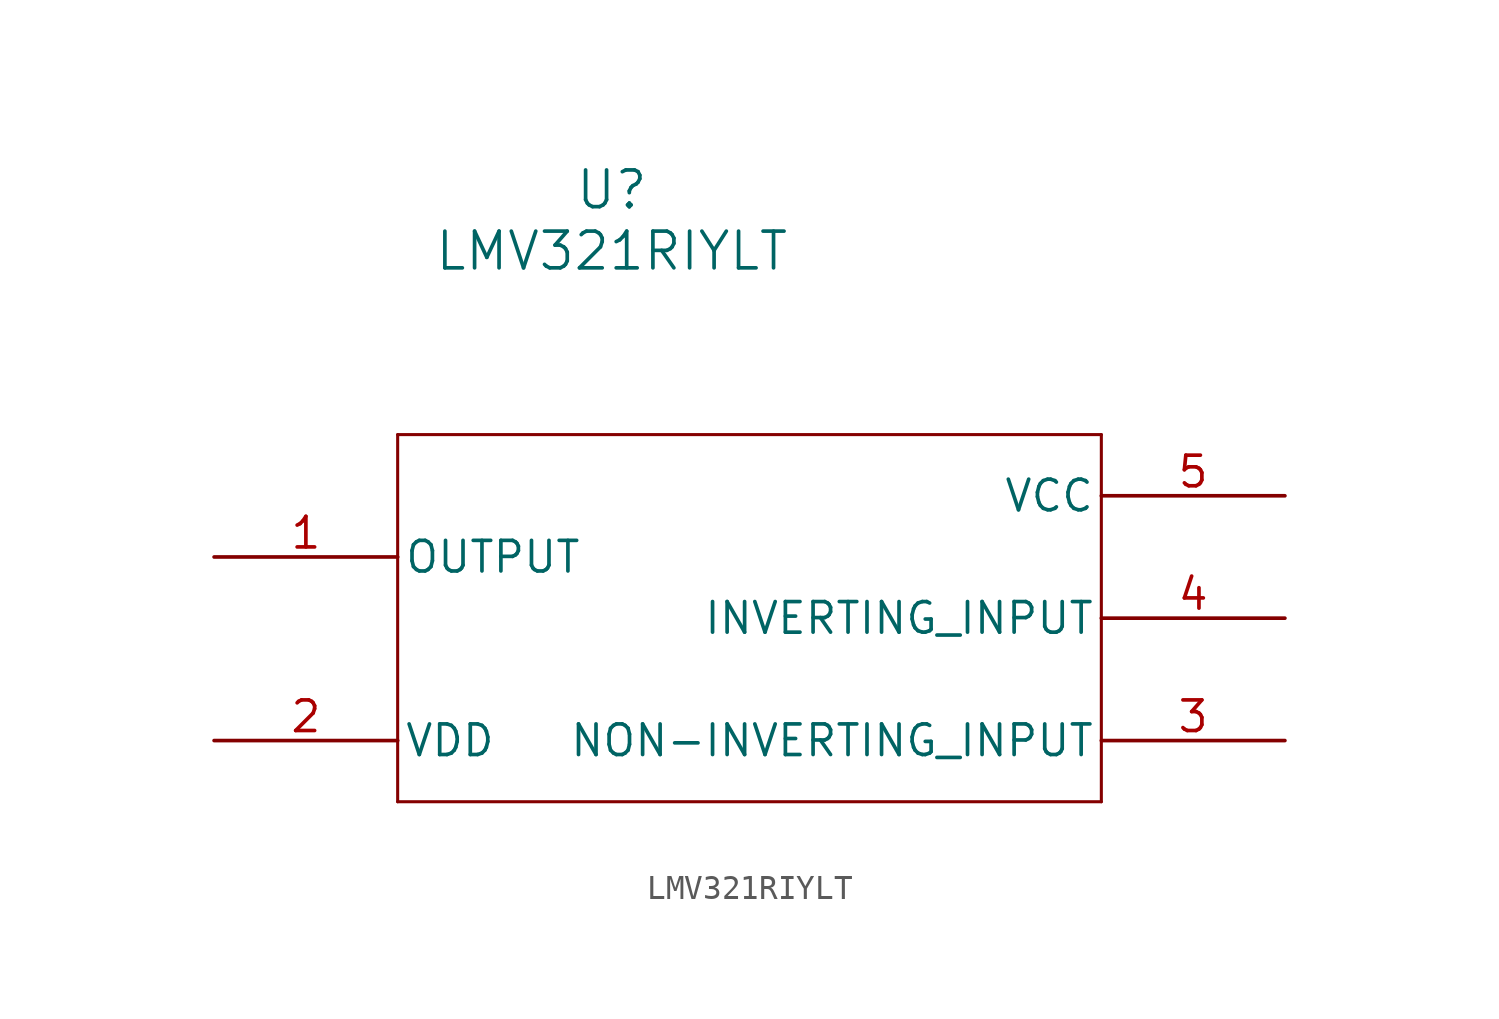
<source format=kicad_sym>
(kicad_symbol_lib
  (version 20220914)
  (generator kicad_symbol_editor)
  (symbol "LMV321RIYLT"
    (pin_names
      (offset 0.254))
    (property "Reference" "U"
      (at 62.23 29.21 0)
      (effects (font (size 1.524 1.524))))
    (property "Value" "LMV321RIYLT"
      (at 62.23 26.67 0)
      (effects (font (size 1.524 1.524))))
    (property "ki_locked" ""
      (at 0 0 0)
      (effects (font (size 1.27 1.27))))
    (symbol "LMV321RIYLT_0_1"
      (polyline (pts (xy 53.34 3.81) (xy 82.55 3.81)) (stroke (width 0.127) (type default)) (fill (type none)))
      (polyline (pts (xy 53.34 19.05) (xy 53.34 3.81)) (stroke (width 0.127) (type default)) (fill (type none)))
      (polyline (pts (xy 82.55 3.81) (xy 82.55 19.05)) (stroke (width 0.127) (type default)) (fill (type none)))
      (polyline (pts (xy 82.55 19.05) (xy 53.34 19.05)) (stroke (width 0.127) (type default)) (fill (type none)))
      (pin output line (at 45.72 13.97 0) (length 7.62) (name "OUTPUT" (effects (font (size 1.27 1.27)))) (number "1" (effects (font (size 1.27 1.27)))))
      (pin power_in line (at 45.72 6.35 0) (length 7.62) (name "VDD" (effects (font (size 1.27 1.27)))) (number "2" (effects (font (size 1.27 1.27)))))
      (pin input line (at 90.17 6.35 180) (length 7.62) (name "NON-INVERTING_INPUT" (effects (font (size 1.27 1.27)))) (number "3" (effects (font (size 1.27 1.27)))))
      (pin input line (at 90.17 11.43 180) (length 7.62) (name "INVERTING_INPUT" (effects (font (size 1.27 1.27)))) (number "4" (effects (font (size 1.27 1.27)))))
      (pin power_in line (at 90.17 16.51 180) (length 7.62) (name "VCC" (effects (font (size 1.27 1.27)))) (number "5" (effects (font (size 1.27 1.27))))))))
</source>
